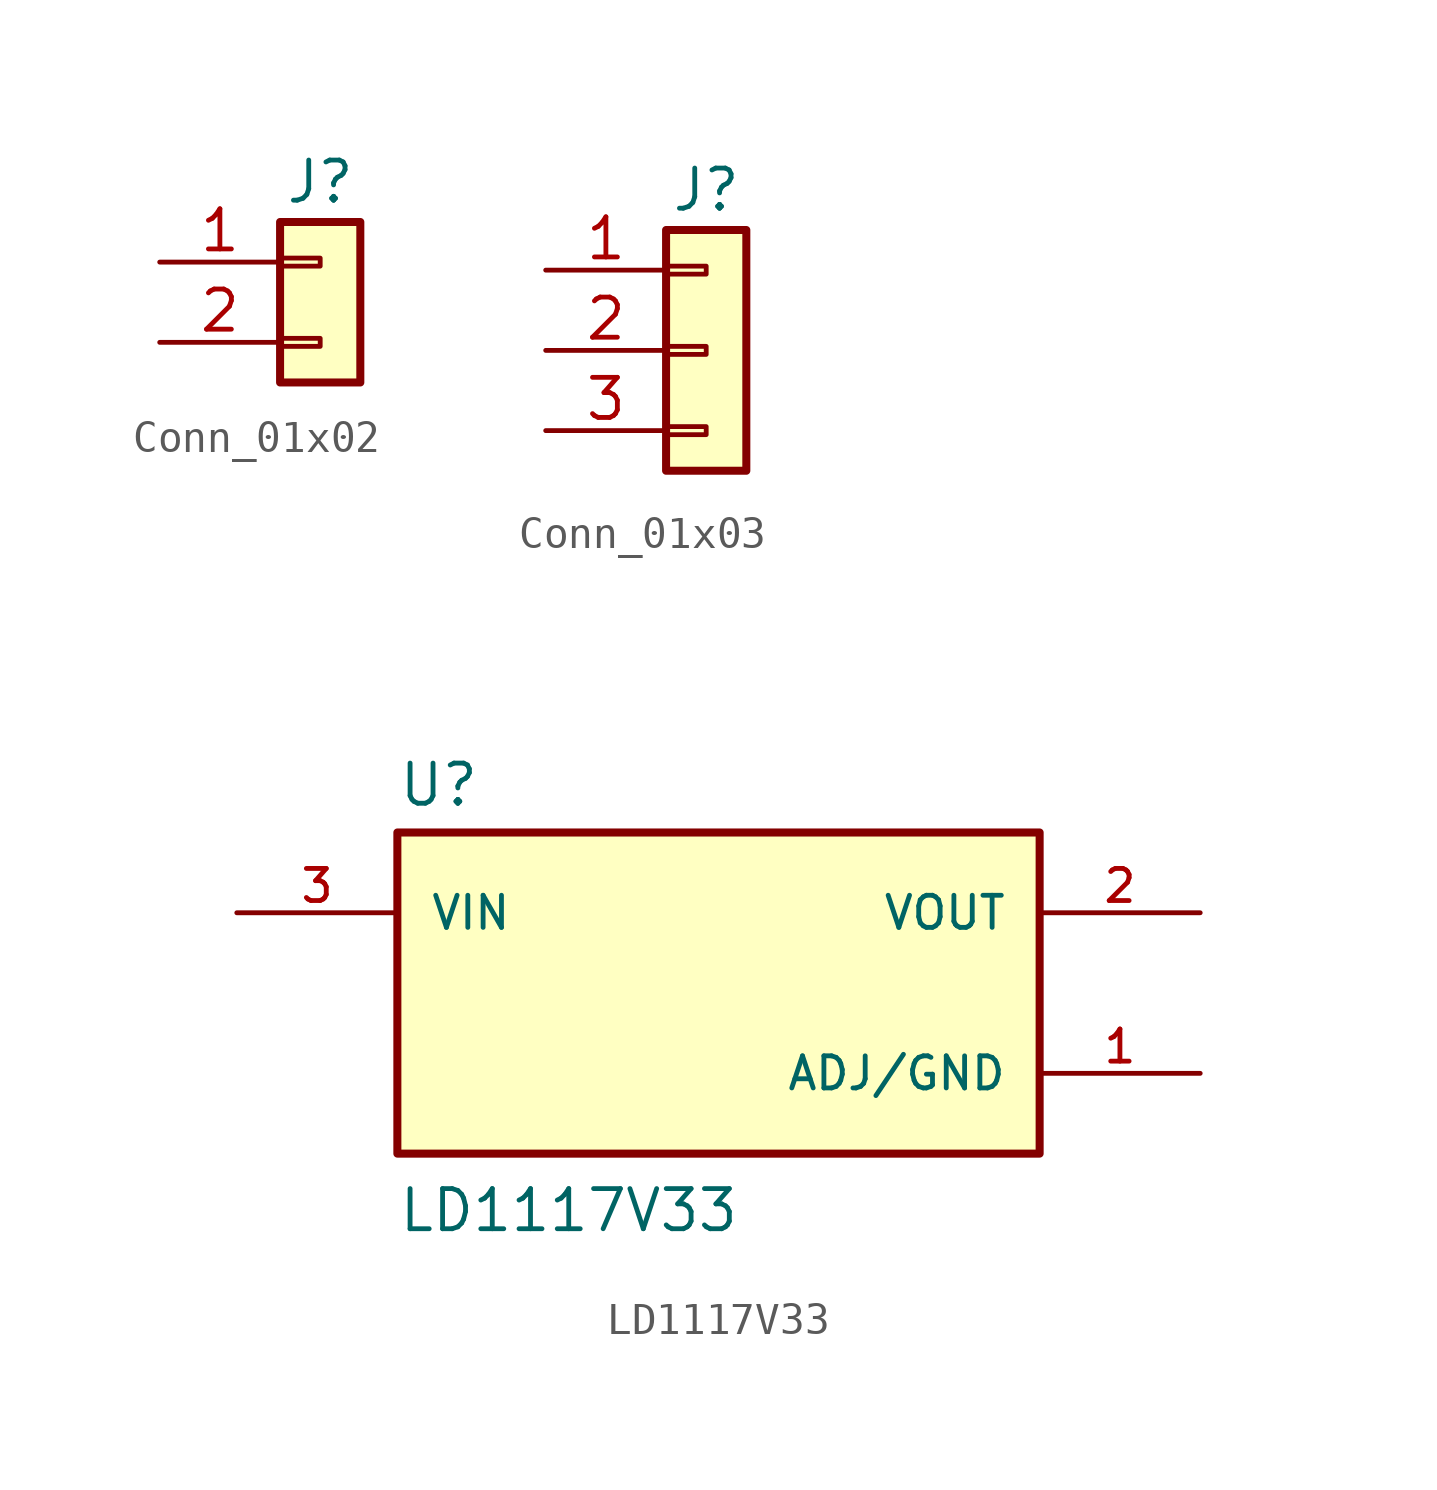
<source format=kicad_sym>
(kicad_symbol_lib
  (version 20241209)
  (generator "kicad_symbol_editor")
  (generator_version "9.0")
  (symbol "Conn_01x02"
    (pin_names
      (offset 1.016)
      (hide yes))
    (property "Reference" "J"
      (at 0 2.54 0)
      (effects (font (size 1.27 1.27))))
    (symbol "Conn_01x02_1_1"
      (rectangle (start -1.27 1.27) (end 1.27 -3.81) (stroke (width 0.254) (type default)) (fill (type background)))
      (rectangle (start -1.27 0.127) (end 0 -0.127) (stroke (width 0.152) (type default)) (fill (type none)))
      (rectangle (start -1.27 -2.413) (end 0 -2.667) (stroke (width 0.152) (type default)) (fill (type none)))
      (pin passive line (at -5.08 0 0) (length 3.81) (name "Pin_1" (effects (font (size 1.27 1.27)))) (number "1" (effects (font (size 1.27 1.27)))))
      (pin passive line (at -5.08 -2.54 0) (length 3.81) (name "Pin_2" (effects (font (size 1.27 1.27)))) (number "2" (effects (font (size 1.27 1.27)))))))
  (symbol "Conn_01x03"
    (pin_names
      (offset 1.016)
      (hide yes))
    (property "Reference" "J"
      (at 0 5.08 0)
      (effects (font (size 1.27 1.27))))
    (symbol "Conn_01x03_1_1"
      (rectangle (start -1.27 3.81) (end 1.27 -3.81) (stroke (width 0.254) (type default)) (fill (type background)))
      (rectangle (start -1.27 2.667) (end 0 2.413) (stroke (width 0.152) (type default)) (fill (type none)))
      (rectangle (start -1.27 0.127) (end 0 -0.127) (stroke (width 0.152) (type default)) (fill (type none)))
      (rectangle (start -1.27 -2.413) (end 0 -2.667) (stroke (width 0.152) (type default)) (fill (type none)))
      (pin passive line (at -5.08 2.54 0) (length 3.81) (name "Pin_1" (effects (font (size 1.27 1.27)))) (number "1" (effects (font (size 1.27 1.27)))))
      (pin passive line (at -5.08 0 0) (length 3.81) (name "Pin_2" (effects (font (size 1.27 1.27)))) (number "2" (effects (font (size 1.27 1.27)))))
      (pin passive line (at -5.08 -2.54 0) (length 3.81) (name "Pin_3" (effects (font (size 1.27 1.27)))) (number "3" (effects (font (size 1.27 1.27)))))))
  (symbol "LD1117V33"
    (pin_names
      (offset 1.016))
    (property "Reference" "U"
      (at -10.16 5.842 0)
      (effects (font (size 1.27 1.27)) (justify left bottom)))
    (property "Value" "LD1117V33"
      (at -10.16 -7.62 0)
      (effects (font (size 1.27 1.27)) (justify left bottom)))
    (symbol "LD1117V33_0_0"
      (rectangle (start -10.16 -5.08) (end 10.16 5.08) (stroke (width 0.254) (type default)) (fill (type background)))
      (pin input line (at -15.24 2.54 0) (length 5.08) (name "VIN" (effects (font (size 1.016 1.016)))) (number "3" (effects (font (size 1.016 1.016)))))
      (pin output line (at 15.24 2.54 180) (length 5.08) (name "VOUT" (effects (font (size 1.016 1.016)))) (number "2" (effects (font (size 1.016 1.016)))))
      (pin passive line (at 15.24 -2.54 180) (length 5.08) (name "ADJ/GND" (effects (font (size 1.016 1.016)))) (number "1" (effects (font (size 1.016 1.016))))))))
</source>
